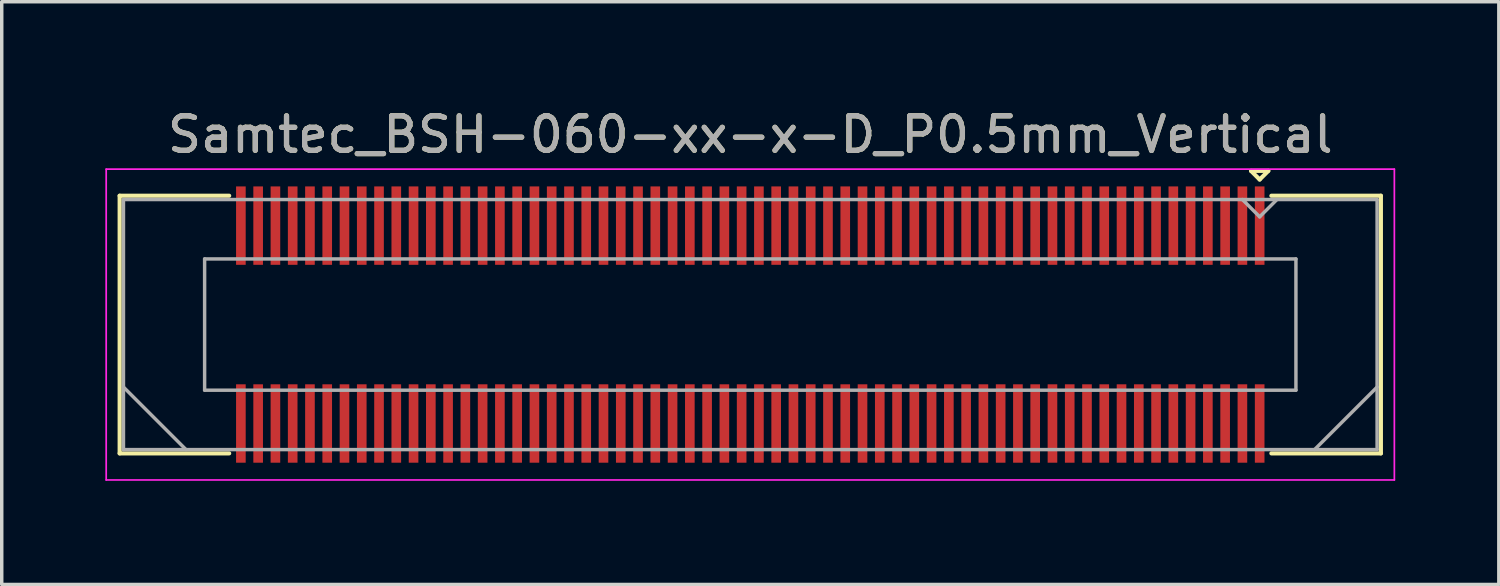
<source format=kicad_pcb>
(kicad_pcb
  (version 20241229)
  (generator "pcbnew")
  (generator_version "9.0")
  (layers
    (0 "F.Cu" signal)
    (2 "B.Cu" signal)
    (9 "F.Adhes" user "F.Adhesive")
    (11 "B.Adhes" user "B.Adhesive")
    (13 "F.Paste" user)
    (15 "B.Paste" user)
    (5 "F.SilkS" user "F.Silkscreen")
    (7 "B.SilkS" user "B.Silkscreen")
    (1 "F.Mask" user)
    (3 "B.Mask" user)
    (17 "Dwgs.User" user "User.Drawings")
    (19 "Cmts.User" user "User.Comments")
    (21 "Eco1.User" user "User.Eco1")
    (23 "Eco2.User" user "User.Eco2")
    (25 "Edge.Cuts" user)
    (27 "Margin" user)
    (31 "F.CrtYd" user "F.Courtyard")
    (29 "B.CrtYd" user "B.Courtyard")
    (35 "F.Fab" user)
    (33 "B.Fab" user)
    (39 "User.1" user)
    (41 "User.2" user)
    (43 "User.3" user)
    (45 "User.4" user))
  (footprint "Samtec_BSH-060-xx-x-D_P0.5mm_Vertical"
    (layer "F.Cu")
    (at 18.675 6.348)
    (property "Reference" "Samtec_BSH-060-xx-x-D_P0.5mm_Vertical" (at 0 -5.5 0) (layer "F.SilkS") (effects (font (size 1 1) (thickness 0.15))))
    (attr smd)
    (fp_line (start -18.26 -3.73) (end -15.089 -3.73) (stroke (width 0.12) (type solid)) (layer "F.SilkS"))
    (fp_line (start -18.26 3.73) (end -18.26 -3.73) (stroke (width 0.12) (type solid)) (layer "F.SilkS"))
    (fp_line (start -15.089 3.73) (end -18.26 3.73) (stroke (width 0.12) (type solid)) (layer "F.SilkS"))
    (fp_line (start 14.5 -4.45) (end 15 -4.45) (stroke (width 0.12) (type solid)) (layer "F.SilkS"))
    (fp_line (start 14.75 -4.2) (end 14.5 -4.45) (stroke (width 0.12) (type solid)) (layer "F.SilkS"))
    (fp_line (start 15 -4.45) (end 14.75 -4.2) (stroke (width 0.12) (type solid)) (layer "F.SilkS"))
    (fp_line (start 15.089 3.73) (end 18.26 3.73) (stroke (width 0.12) (type solid)) (layer "F.SilkS"))
    (fp_line (start 18.26 -3.73) (end 15.089 -3.73) (stroke (width 0.12) (type solid)) (layer "F.SilkS"))
    (fp_line (start 18.26 3.73) (end 18.26 -3.73) (stroke (width 0.12) (type solid)) (layer "F.SilkS"))
    (fp_line (start -18.65 -4.5) (end -18.65 4.5) (stroke (width 0.05) (type solid)) (layer "F.CrtYd"))
    (fp_line (start -18.65 4.5) (end 18.65 4.5) (stroke (width 0.05) (type solid)) (layer "F.CrtYd"))
    (fp_line (start 18.65 -4.5) (end -18.65 -4.5) (stroke (width 0.05) (type solid)) (layer "F.CrtYd"))
    (fp_line (start 18.65 4.5) (end 18.65 -4.5) (stroke (width 0.05) (type solid)) (layer "F.CrtYd"))
    (fp_line (start -18.15 -3.62) (end -18.15 3.62) (stroke (width 0.1) (type solid)) (layer "F.Fab"))
    (fp_line (start -18.15 1.81) (end -16.34 3.62) (stroke (width 0.1) (type solid)) (layer "F.Fab"))
    (fp_line (start -18.15 3.62) (end 18.15 3.62) (stroke (width 0.1) (type solid)) (layer "F.Fab"))
    (fp_line (start -15.8 -1.9) (end -15.8 1.9) (stroke (width 0.1) (type solid)) (layer "F.Fab"))
    (fp_line (start -15.8 1.9) (end 15.8 1.9) (stroke (width 0.1) (type solid)) (layer "F.Fab"))
    (fp_line (start 14.75 -3.12) (end 14.25 -3.62) (stroke (width 0.1) (type solid)) (layer "F.Fab"))
    (fp_line (start 15.25 -3.62) (end 14.75 -3.12) (stroke (width 0.1) (type solid)) (layer "F.Fab"))
    (fp_line (start 15.8 -1.9) (end -15.8 -1.9) (stroke (width 0.1) (type solid)) (layer "F.Fab"))
    (fp_line (start 15.8 1.9) (end 15.8 -1.9) (stroke (width 0.1) (type solid)) (layer "F.Fab"))
    (fp_line (start 18.15 -3.62) (end -18.15 -3.62) (stroke (width 0.1) (type solid)) (layer "F.Fab"))
    (fp_line (start 18.15 1.81) (end 16.34 3.62) (stroke (width 0.1) (type solid)) (layer "F.Fab"))
    (fp_line (start 18.15 3.62) (end 18.15 -3.62) (stroke (width 0.1) (type solid)) (layer "F.Fab"))
    (fp_text user "${REFERENCE}" (at 0 -5.5 0) (layer "F.Fab") (effects (font (size 1 1) (thickness 0.15))))
    (pad "1" smd rect (at 14.75 -2.865) (size 0.279 2.27) (layers "F.Cu" "F.Mask" "F.Paste"))
    (pad "2" smd rect (at 14.75 2.865) (size 0.279 2.27) (layers "F.Cu" "F.Mask" "F.Paste"))
    (pad "3" smd rect (at 14.25 -2.865) (size 0.279 2.27) (layers "F.Cu" "F.Mask" "F.Paste"))
    (pad "4" smd rect (at 14.25 2.865) (size 0.279 2.27) (layers "F.Cu" "F.Mask" "F.Paste"))
    (pad "5" smd rect (at 13.75 -2.865) (size 0.279 2.27) (layers "F.Cu" "F.Mask" "F.Paste"))
    (pad "6" smd rect (at 13.75 2.865) (size 0.279 2.27) (layers "F.Cu" "F.Mask" "F.Paste"))
    (pad "7" smd rect (at 13.25 -2.865) (size 0.279 2.27) (layers "F.Cu" "F.Mask" "F.Paste"))
    (pad "8" smd rect (at 13.25 2.865) (size 0.279 2.27) (layers "F.Cu" "F.Mask" "F.Paste"))
    (pad "9" smd rect (at 12.75 -2.865) (size 0.279 2.27) (layers "F.Cu" "F.Mask" "F.Paste"))
    (pad "10" smd rect (at 12.75 2.865) (size 0.279 2.27) (layers "F.Cu" "F.Mask" "F.Paste"))
    (pad "11" smd rect (at 12.25 -2.865) (size 0.279 2.27) (layers "F.Cu" "F.Mask" "F.Paste"))
    (pad "12" smd rect (at 12.25 2.865) (size 0.279 2.27) (layers "F.Cu" "F.Mask" "F.Paste"))
    (pad "13" smd rect (at 11.75 -2.865) (size 0.279 2.27) (layers "F.Cu" "F.Mask" "F.Paste"))
    (pad "14" smd rect (at 11.75 2.865) (size 0.279 2.27) (layers "F.Cu" "F.Mask" "F.Paste"))
    (pad "15" smd rect (at 11.25 -2.865) (size 0.279 2.27) (layers "F.Cu" "F.Mask" "F.Paste"))
    (pad "16" smd rect (at 11.25 2.865) (size 0.279 2.27) (layers "F.Cu" "F.Mask" "F.Paste"))
    (pad "17" smd rect (at 10.75 -2.865) (size 0.279 2.27) (layers "F.Cu" "F.Mask" "F.Paste"))
    (pad "18" smd rect (at 10.75 2.865) (size 0.279 2.27) (layers "F.Cu" "F.Mask" "F.Paste"))
    (pad "19" smd rect (at 10.25 -2.865) (size 0.279 2.27) (layers "F.Cu" "F.Mask" "F.Paste"))
    (pad "20" smd rect (at 10.25 2.865) (size 0.279 2.27) (layers "F.Cu" "F.Mask" "F.Paste"))
    (pad "21" smd rect (at 9.75 -2.865) (size 0.279 2.27) (layers "F.Cu" "F.Mask" "F.Paste"))
    (pad "22" smd rect (at 9.75 2.865) (size 0.279 2.27) (layers "F.Cu" "F.Mask" "F.Paste"))
    (pad "23" smd rect (at 9.25 -2.865) (size 0.279 2.27) (layers "F.Cu" "F.Mask" "F.Paste"))
    (pad "24" smd rect (at 9.25 2.865) (size 0.279 2.27) (layers "F.Cu" "F.Mask" "F.Paste"))
    (pad "25" smd rect (at 8.75 -2.865) (size 0.279 2.27) (layers "F.Cu" "F.Mask" "F.Paste"))
    (pad "26" smd rect (at 8.75 2.865) (size 0.279 2.27) (layers "F.Cu" "F.Mask" "F.Paste"))
    (pad "27" smd rect (at 8.25 -2.865) (size 0.279 2.27) (layers "F.Cu" "F.Mask" "F.Paste"))
    (pad "28" smd rect (at 8.25 2.865) (size 0.279 2.27) (layers "F.Cu" "F.Mask" "F.Paste"))
    (pad "29" smd rect (at 7.75 -2.865) (size 0.279 2.27) (layers "F.Cu" "F.Mask" "F.Paste"))
    (pad "30" smd rect (at 7.75 2.865) (size 0.279 2.27) (layers "F.Cu" "F.Mask" "F.Paste"))
    (pad "31" smd rect (at 7.25 -2.865) (size 0.279 2.27) (layers "F.Cu" "F.Mask" "F.Paste"))
    (pad "32" smd rect (at 7.25 2.865) (size 0.279 2.27) (layers "F.Cu" "F.Mask" "F.Paste"))
    (pad "33" smd rect (at 6.75 -2.865) (size 0.279 2.27) (layers "F.Cu" "F.Mask" "F.Paste"))
    (pad "34" smd rect (at 6.75 2.865) (size 0.279 2.27) (layers "F.Cu" "F.Mask" "F.Paste"))
    (pad "35" smd rect (at 6.25 -2.865) (size 0.279 2.27) (layers "F.Cu" "F.Mask" "F.Paste"))
    (pad "36" smd rect (at 6.25 2.865) (size 0.279 2.27) (layers "F.Cu" "F.Mask" "F.Paste"))
    (pad "37" smd rect (at 5.75 -2.865) (size 0.279 2.27) (layers "F.Cu" "F.Mask" "F.Paste"))
    (pad "38" smd rect (at 5.75 2.865) (size 0.279 2.27) (layers "F.Cu" "F.Mask" "F.Paste"))
    (pad "39" smd rect (at 5.25 -2.865) (size 0.279 2.27) (layers "F.Cu" "F.Mask" "F.Paste"))
    (pad "40" smd rect (at 5.25 2.865) (size 0.279 2.27) (layers "F.Cu" "F.Mask" "F.Paste"))
    (pad "41" smd rect (at 4.75 -2.865) (size 0.279 2.27) (layers "F.Cu" "F.Mask" "F.Paste"))
    (pad "42" smd rect (at 4.75 2.865) (size 0.279 2.27) (layers "F.Cu" "F.Mask" "F.Paste"))
    (pad "43" smd rect (at 4.25 -2.865) (size 0.279 2.27) (layers "F.Cu" "F.Mask" "F.Paste"))
    (pad "44" smd rect (at 4.25 2.865) (size 0.279 2.27) (layers "F.Cu" "F.Mask" "F.Paste"))
    (pad "45" smd rect (at 3.75 -2.865) (size 0.279 2.27) (layers "F.Cu" "F.Mask" "F.Paste"))
    (pad "46" smd rect (at 3.75 2.865) (size 0.279 2.27) (layers "F.Cu" "F.Mask" "F.Paste"))
    (pad "47" smd rect (at 3.25 -2.865) (size 0.279 2.27) (layers "F.Cu" "F.Mask" "F.Paste"))
    (pad "48" smd rect (at 3.25 2.865) (size 0.279 2.27) (layers "F.Cu" "F.Mask" "F.Paste"))
    (pad "49" smd rect (at 2.75 -2.865) (size 0.279 2.27) (layers "F.Cu" "F.Mask" "F.Paste"))
    (pad "50" smd rect (at 2.75 2.865) (size 0.279 2.27) (layers "F.Cu" "F.Mask" "F.Paste"))
    (pad "51" smd rect (at 2.25 -2.865) (size 0.279 2.27) (layers "F.Cu" "F.Mask" "F.Paste"))
    (pad "52" smd rect (at 2.25 2.865) (size 0.279 2.27) (layers "F.Cu" "F.Mask" "F.Paste"))
    (pad "53" smd rect (at 1.75 -2.865) (size 0.279 2.27) (layers "F.Cu" "F.Mask" "F.Paste"))
    (pad "54" smd rect (at 1.75 2.865) (size 0.279 2.27) (layers "F.Cu" "F.Mask" "F.Paste"))
    (pad "55" smd rect (at 1.25 -2.865) (size 0.279 2.27) (layers "F.Cu" "F.Mask" "F.Paste"))
    (pad "56" smd rect (at 1.25 2.865) (size 0.279 2.27) (layers "F.Cu" "F.Mask" "F.Paste"))
    (pad "57" smd rect (at 0.75 -2.865) (size 0.279 2.27) (layers "F.Cu" "F.Mask" "F.Paste"))
    (pad "58" smd rect (at 0.75 2.865) (size 0.279 2.27) (layers "F.Cu" "F.Mask" "F.Paste"))
    (pad "59" smd rect (at 0.25 -2.865) (size 0.279 2.27) (layers "F.Cu" "F.Mask" "F.Paste"))
    (pad "60" smd rect (at 0.25 2.865) (size 0.279 2.27) (layers "F.Cu" "F.Mask" "F.Paste"))
    (pad "61" smd rect (at -0.25 -2.865) (size 0.279 2.27) (layers "F.Cu" "F.Mask" "F.Paste"))
    (pad "62" smd rect (at -0.25 2.865) (size 0.279 2.27) (layers "F.Cu" "F.Mask" "F.Paste"))
    (pad "63" smd rect (at -0.75 -2.865) (size 0.279 2.27) (layers "F.Cu" "F.Mask" "F.Paste"))
    (pad "64" smd rect (at -0.75 2.865) (size 0.279 2.27) (layers "F.Cu" "F.Mask" "F.Paste"))
    (pad "65" smd rect (at -1.25 -2.865) (size 0.279 2.27) (layers "F.Cu" "F.Mask" "F.Paste"))
    (pad "66" smd rect (at -1.25 2.865) (size 0.279 2.27) (layers "F.Cu" "F.Mask" "F.Paste"))
    (pad "67" smd rect (at -1.75 -2.865) (size 0.279 2.27) (layers "F.Cu" "F.Mask" "F.Paste"))
    (pad "68" smd rect (at -1.75 2.865) (size 0.279 2.27) (layers "F.Cu" "F.Mask" "F.Paste"))
    (pad "69" smd rect (at -2.25 -2.865) (size 0.279 2.27) (layers "F.Cu" "F.Mask" "F.Paste"))
    (pad "70" smd rect (at -2.25 2.865) (size 0.279 2.27) (layers "F.Cu" "F.Mask" "F.Paste"))
    (pad "71" smd rect (at -2.75 -2.865) (size 0.279 2.27) (layers "F.Cu" "F.Mask" "F.Paste"))
    (pad "72" smd rect (at -2.75 2.865) (size 0.279 2.27) (layers "F.Cu" "F.Mask" "F.Paste"))
    (pad "73" smd rect (at -3.25 -2.865) (size 0.279 2.27) (layers "F.Cu" "F.Mask" "F.Paste"))
    (pad "74" smd rect (at -3.25 2.865) (size 0.279 2.27) (layers "F.Cu" "F.Mask" "F.Paste"))
    (pad "75" smd rect (at -3.75 -2.865) (size 0.279 2.27) (layers "F.Cu" "F.Mask" "F.Paste"))
    (pad "76" smd rect (at -3.75 2.865) (size 0.279 2.27) (layers "F.Cu" "F.Mask" "F.Paste"))
    (pad "77" smd rect (at -4.25 -2.865) (size 0.279 2.27) (layers "F.Cu" "F.Mask" "F.Paste"))
    (pad "78" smd rect (at -4.25 2.865) (size 0.279 2.27) (layers "F.Cu" "F.Mask" "F.Paste"))
    (pad "79" smd rect (at -4.75 -2.865) (size 0.279 2.27) (layers "F.Cu" "F.Mask" "F.Paste"))
    (pad "80" smd rect (at -4.75 2.865) (size 0.279 2.27) (layers "F.Cu" "F.Mask" "F.Paste"))
    (pad "81" smd rect (at -5.25 -2.865) (size 0.279 2.27) (layers "F.Cu" "F.Mask" "F.Paste"))
    (pad "82" smd rect (at -5.25 2.865) (size 0.279 2.27) (layers "F.Cu" "F.Mask" "F.Paste"))
    (pad "83" smd rect (at -5.75 -2.865) (size 0.279 2.27) (layers "F.Cu" "F.Mask" "F.Paste"))
    (pad "84" smd rect (at -5.75 2.865) (size 0.279 2.27) (layers "F.Cu" "F.Mask" "F.Paste"))
    (pad "85" smd rect (at -6.25 -2.865) (size 0.279 2.27) (layers "F.Cu" "F.Mask" "F.Paste"))
    (pad "86" smd rect (at -6.25 2.865) (size 0.279 2.27) (layers "F.Cu" "F.Mask" "F.Paste"))
    (pad "87" smd rect (at -6.75 -2.865) (size 0.279 2.27) (layers "F.Cu" "F.Mask" "F.Paste"))
    (pad "88" smd rect (at -6.75 2.865) (size 0.279 2.27) (layers "F.Cu" "F.Mask" "F.Paste"))
    (pad "89" smd rect (at -7.25 -2.865) (size 0.279 2.27) (layers "F.Cu" "F.Mask" "F.Paste"))
    (pad "90" smd rect (at -7.25 2.865) (size 0.279 2.27) (layers "F.Cu" "F.Mask" "F.Paste"))
    (pad "91" smd rect (at -7.75 -2.865) (size 0.279 2.27) (layers "F.Cu" "F.Mask" "F.Paste"))
    (pad "92" smd rect (at -7.75 2.865) (size 0.279 2.27) (layers "F.Cu" "F.Mask" "F.Paste"))
    (pad "93" smd rect (at -8.25 -2.865) (size 0.279 2.27) (layers "F.Cu" "F.Mask" "F.Paste"))
    (pad "94" smd rect (at -8.25 2.865) (size 0.279 2.27) (layers "F.Cu" "F.Mask" "F.Paste"))
    (pad "95" smd rect (at -8.75 -2.865) (size 0.279 2.27) (layers "F.Cu" "F.Mask" "F.Paste"))
    (pad "96" smd rect (at -8.75 2.865) (size 0.279 2.27) (layers "F.Cu" "F.Mask" "F.Paste"))
    (pad "97" smd rect (at -9.25 -2.865) (size 0.279 2.27) (layers "F.Cu" "F.Mask" "F.Paste"))
    (pad "98" smd rect (at -9.25 2.865) (size 0.279 2.27) (layers "F.Cu" "F.Mask" "F.Paste"))
    (pad "99" smd rect (at -9.75 -2.865) (size 0.279 2.27) (layers "F.Cu" "F.Mask" "F.Paste"))
    (pad "100" smd rect (at -9.75 2.865) (size 0.279 2.27) (layers "F.Cu" "F.Mask" "F.Paste"))
    (pad "101" smd rect (at -10.25 -2.865) (size 0.279 2.27) (layers "F.Cu" "F.Mask" "F.Paste"))
    (pad "102" smd rect (at -10.25 2.865) (size 0.279 2.27) (layers "F.Cu" "F.Mask" "F.Paste"))
    (pad "103" smd rect (at -10.75 -2.865) (size 0.279 2.27) (layers "F.Cu" "F.Mask" "F.Paste"))
    (pad "104" smd rect (at -10.75 2.865) (size 0.279 2.27) (layers "F.Cu" "F.Mask" "F.Paste"))
    (pad "105" smd rect (at -11.25 -2.865) (size 0.279 2.27) (layers "F.Cu" "F.Mask" "F.Paste"))
    (pad "106" smd rect (at -11.25 2.865) (size 0.279 2.27) (layers "F.Cu" "F.Mask" "F.Paste"))
    (pad "107" smd rect (at -11.75 -2.865) (size 0.279 2.27) (layers "F.Cu" "F.Mask" "F.Paste"))
    (pad "108" smd rect (at -11.75 2.865) (size 0.279 2.27) (layers "F.Cu" "F.Mask" "F.Paste"))
    (pad "109" smd rect (at -12.25 -2.865) (size 0.279 2.27) (layers "F.Cu" "F.Mask" "F.Paste"))
    (pad "110" smd rect (at -12.25 2.865) (size 0.279 2.27) (layers "F.Cu" "F.Mask" "F.Paste"))
    (pad "111" smd rect (at -12.75 -2.865) (size 0.279 2.27) (layers "F.Cu" "F.Mask" "F.Paste"))
    (pad "112" smd rect (at -12.75 2.865) (size 0.279 2.27) (layers "F.Cu" "F.Mask" "F.Paste"))
    (pad "113" smd rect (at -13.25 -2.865) (size 0.279 2.27) (layers "F.Cu" "F.Mask" "F.Paste"))
    (pad "114" smd rect (at -13.25 2.865) (size 0.279 2.27) (layers "F.Cu" "F.Mask" "F.Paste"))
    (pad "115" smd rect (at -13.75 -2.865) (size 0.279 2.27) (layers "F.Cu" "F.Mask" "F.Paste"))
    (pad "116" smd rect (at -13.75 2.865) (size 0.279 2.27) (layers "F.Cu" "F.Mask" "F.Paste"))
    (pad "117" smd rect (at -14.25 -2.865) (size 0.279 2.27) (layers "F.Cu" "F.Mask" "F.Paste"))
    (pad "118" smd rect (at -14.25 2.865) (size 0.279 2.27) (layers "F.Cu" "F.Mask" "F.Paste"))
    (pad "119" smd rect (at -14.75 -2.865) (size 0.279 2.27) (layers "F.Cu" "F.Mask" "F.Paste"))
    (pad "120" smd rect (at -14.75 2.865) (size 0.279 2.27) (layers "F.Cu" "F.Mask" "F.Paste")))
  (gr_rect
    (start -3 -3)
    (end 40.35 13.873)
    (stroke (width 0.1) (type default))
    (fill no)
    (layer "Edge.Cuts")))
</source>
